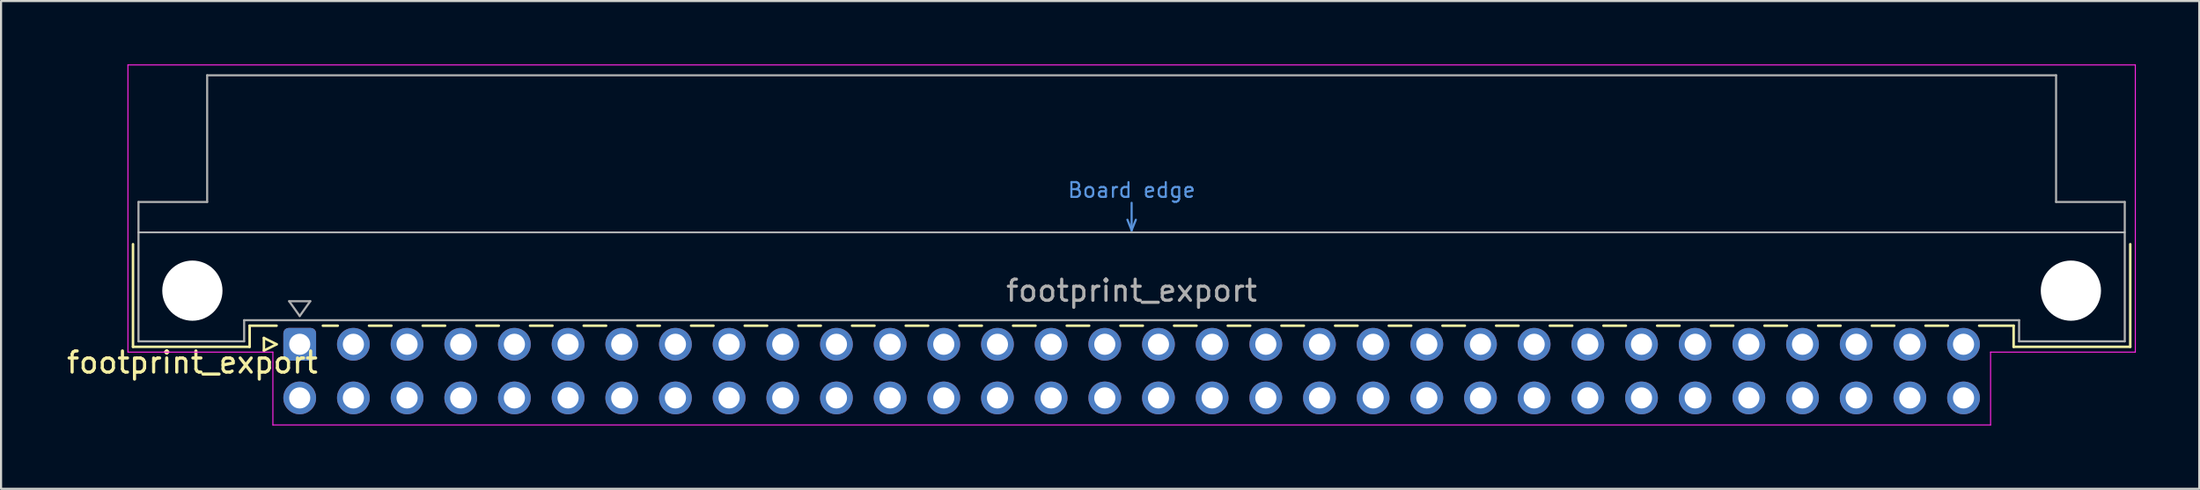
<source format=kicad_pcb>
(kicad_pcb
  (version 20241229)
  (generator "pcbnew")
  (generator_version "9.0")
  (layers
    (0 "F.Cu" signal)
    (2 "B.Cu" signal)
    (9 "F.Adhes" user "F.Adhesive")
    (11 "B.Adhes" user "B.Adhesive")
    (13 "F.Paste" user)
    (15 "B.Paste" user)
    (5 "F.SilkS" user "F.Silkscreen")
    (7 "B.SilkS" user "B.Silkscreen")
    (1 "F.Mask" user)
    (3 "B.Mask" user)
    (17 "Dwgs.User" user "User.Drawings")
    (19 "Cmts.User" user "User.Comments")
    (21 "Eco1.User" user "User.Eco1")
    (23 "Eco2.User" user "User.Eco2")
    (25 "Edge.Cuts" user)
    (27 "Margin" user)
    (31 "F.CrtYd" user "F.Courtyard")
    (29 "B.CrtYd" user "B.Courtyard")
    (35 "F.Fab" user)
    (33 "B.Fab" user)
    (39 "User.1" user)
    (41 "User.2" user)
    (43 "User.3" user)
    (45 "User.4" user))
  (footprint "footprint_export"
    (layer "F.Cu")
    (at 11.134 13.255)
    (property "Reference" "footprint_export" (at -5.08 0.86 0) (layer "F.SilkS") (effects (font (size 1 1) (thickness 0.15))))
    (attr through_hole)
    (fp_line (start -7.89 -4.74) (end -7.89 0.12) (stroke (width 0.12) (type solid)) (layer "F.SilkS"))
    (fp_line (start -7.89 0.12) (end -2.37 0.12) (stroke (width 0.12) (type solid)) (layer "F.SilkS"))
    (fp_line (start -2.371 -0.88) (end -1.095 -0.88) (stroke (width 0.12) (type solid)) (layer "F.SilkS"))
    (fp_line (start -2.37 0.12) (end -2.37 -0.88) (stroke (width 0.12) (type solid)) (layer "F.SilkS"))
    (fp_line (start -1.695 -0.3) (end -1.695 0.3) (stroke (width 0.12) (type solid)) (layer "F.SilkS"))
    (fp_line (start -1.695 0.3) (end -1.095 0) (stroke (width 0.12) (type solid)) (layer "F.SilkS"))
    (fp_line (start -1.095 0) (end -1.695 -0.3) (stroke (width 0.12) (type solid)) (layer "F.SilkS"))
    (fp_line (start 1.095 -0.88) (end 1.801 -0.88) (stroke (width 0.12) (type solid)) (layer "F.SilkS"))
    (fp_line (start 3.28 -0.88) (end 4.341 -0.88) (stroke (width 0.12) (type solid)) (layer "F.SilkS"))
    (fp_line (start 5.82 -0.88) (end 6.881 -0.88) (stroke (width 0.12) (type solid)) (layer "F.SilkS"))
    (fp_line (start 8.36 -0.88) (end 9.421 -0.88) (stroke (width 0.12) (type solid)) (layer "F.SilkS"))
    (fp_line (start 10.9 -0.88) (end 11.961 -0.88) (stroke (width 0.12) (type solid)) (layer "F.SilkS"))
    (fp_line (start 13.44 -0.88) (end 14.501 -0.88) (stroke (width 0.12) (type solid)) (layer "F.SilkS"))
    (fp_line (start 15.98 -0.88) (end 17.041 -0.88) (stroke (width 0.12) (type solid)) (layer "F.SilkS"))
    (fp_line (start 18.52 -0.88) (end 19.581 -0.88) (stroke (width 0.12) (type solid)) (layer "F.SilkS"))
    (fp_line (start 21.06 -0.88) (end 22.121 -0.88) (stroke (width 0.12) (type solid)) (layer "F.SilkS"))
    (fp_line (start 23.6 -0.88) (end 24.661 -0.88) (stroke (width 0.12) (type solid)) (layer "F.SilkS"))
    (fp_line (start 26.14 -0.88) (end 27.201 -0.88) (stroke (width 0.12) (type solid)) (layer "F.SilkS"))
    (fp_line (start 28.68 -0.88) (end 29.741 -0.88) (stroke (width 0.12) (type solid)) (layer "F.SilkS"))
    (fp_line (start 31.22 -0.88) (end 32.281 -0.88) (stroke (width 0.12) (type solid)) (layer "F.SilkS"))
    (fp_line (start 33.76 -0.88) (end 34.821 -0.88) (stroke (width 0.12) (type solid)) (layer "F.SilkS"))
    (fp_line (start 36.3 -0.88) (end 37.361 -0.88) (stroke (width 0.12) (type solid)) (layer "F.SilkS"))
    (fp_line (start 38.84 -0.88) (end 39.901 -0.88) (stroke (width 0.12) (type solid)) (layer "F.SilkS"))
    (fp_line (start 41.38 -0.88) (end 42.441 -0.88) (stroke (width 0.12) (type solid)) (layer "F.SilkS"))
    (fp_line (start 43.92 -0.88) (end 44.981 -0.88) (stroke (width 0.12) (type solid)) (layer "F.SilkS"))
    (fp_line (start 46.46 -0.88) (end 47.521 -0.88) (stroke (width 0.12) (type solid)) (layer "F.SilkS"))
    (fp_line (start 49 -0.88) (end 50.061 -0.88) (stroke (width 0.12) (type solid)) (layer "F.SilkS"))
    (fp_line (start 51.54 -0.88) (end 52.601 -0.88) (stroke (width 0.12) (type solid)) (layer "F.SilkS"))
    (fp_line (start 54.08 -0.88) (end 55.141 -0.88) (stroke (width 0.12) (type solid)) (layer "F.SilkS"))
    (fp_line (start 56.62 -0.88) (end 57.681 -0.88) (stroke (width 0.12) (type solid)) (layer "F.SilkS"))
    (fp_line (start 59.16 -0.88) (end 60.221 -0.88) (stroke (width 0.12) (type solid)) (layer "F.SilkS"))
    (fp_line (start 61.7 -0.88) (end 62.761 -0.88) (stroke (width 0.12) (type solid)) (layer "F.SilkS"))
    (fp_line (start 64.24 -0.88) (end 65.301 -0.88) (stroke (width 0.12) (type solid)) (layer "F.SilkS"))
    (fp_line (start 66.78 -0.88) (end 67.841 -0.88) (stroke (width 0.12) (type solid)) (layer "F.SilkS"))
    (fp_line (start 69.32 -0.88) (end 70.381 -0.88) (stroke (width 0.12) (type solid)) (layer "F.SilkS"))
    (fp_line (start 71.86 -0.88) (end 72.921 -0.88) (stroke (width 0.12) (type solid)) (layer "F.SilkS"))
    (fp_line (start 74.4 -0.88) (end 75.461 -0.88) (stroke (width 0.12) (type solid)) (layer "F.SilkS"))
    (fp_line (start 76.94 -0.88) (end 78.001 -0.88) (stroke (width 0.12) (type solid)) (layer "F.SilkS"))
    (fp_line (start 79.48 -0.88) (end 81.11 -0.88) (stroke (width 0.12) (type solid)) (layer "F.SilkS"))
    (fp_line (start 81.11 0.12) (end 81.11 -0.88) (stroke (width 0.12) (type solid)) (layer "F.SilkS"))
    (fp_line (start 86.63 -4.74) (end 86.63 0.12) (stroke (width 0.12) (type solid)) (layer "F.SilkS"))
    (fp_line (start 86.63 0.12) (end 81.11 0.12) (stroke (width 0.12) (type solid)) (layer "F.SilkS"))
    (fp_line (start -7.63 -5.3) (end 86.37 -5.3) (stroke (width 0.08) (type solid)) (layer "Dwgs.User"))
    (fp_line (start 39.17 -5.9) (end 39.37 -5.4) (stroke (width 0.1) (type solid)) (layer "Cmts.User"))
    (fp_line (start 39.37 -5.4) (end 39.37 -6.7) (stroke (width 0.1) (type solid)) (layer "Cmts.User"))
    (fp_line (start 39.37 -5.4) (end 39.57 -5.9) (stroke (width 0.1) (type solid)) (layer "Cmts.User"))
    (fp_line (start -8.13 -13.23) (end -8.13 0.37) (stroke (width 0.05) (type solid)) (layer "F.CrtYd"))
    (fp_line (start -8.13 0.37) (end -1.27 0.37) (stroke (width 0.05) (type solid)) (layer "F.CrtYd"))
    (fp_line (start -1.27 0.37) (end -1.27 3.82) (stroke (width 0.05) (type solid)) (layer "F.CrtYd"))
    (fp_line (start -1.27 3.82) (end 80.02 3.82) (stroke (width 0.05) (type solid)) (layer "F.CrtYd"))
    (fp_line (start 80.02 0.37) (end 86.87 0.37) (stroke (width 0.05) (type solid)) (layer "F.CrtYd"))
    (fp_line (start 80.02 3.82) (end 80.02 0.37) (stroke (width 0.05) (type solid)) (layer "F.CrtYd"))
    (fp_line (start 86.87 -13.23) (end -8.13 -13.23) (stroke (width 0.05) (type solid)) (layer "F.CrtYd"))
    (fp_line (start 86.87 0.37) (end 86.87 -13.23) (stroke (width 0.05) (type solid)) (layer "F.CrtYd"))
    (fp_line (start -7.63 -6.74) (end -7.63 -0.14) (stroke (width 0.1) (type solid)) (layer "F.Fab"))
    (fp_line (start -7.63 -0.14) (end -2.63 -0.14) (stroke (width 0.1) (type solid)) (layer "F.Fab"))
    (fp_line (start -4.38 -12.74) (end -4.38 -6.74) (stroke (width 0.1) (type solid)) (layer "F.Fab"))
    (fp_line (start -4.38 -6.74) (end -7.63 -6.74) (stroke (width 0.1) (type solid)) (layer "F.Fab"))
    (fp_line (start -2.63 -1.14) (end 81.37 -1.14) (stroke (width 0.1) (type solid)) (layer "F.Fab"))
    (fp_line (start -2.63 -0.14) (end -2.63 -1.14) (stroke (width 0.1) (type solid)) (layer "F.Fab"))
    (fp_line (start -0.5 -2.04) (end 0.5 -2.04) (stroke (width 0.1) (type solid)) (layer "F.Fab"))
    (fp_line (start 0 -1.34) (end -0.5 -2.04) (stroke (width 0.1) (type solid)) (layer "F.Fab"))
    (fp_line (start 0.5 -2.04) (end 0 -1.34) (stroke (width 0.1) (type solid)) (layer "F.Fab"))
    (fp_line (start 81.37 -1.14) (end 81.37 -0.14) (stroke (width 0.1) (type solid)) (layer "F.Fab"))
    (fp_line (start 81.37 -0.14) (end 86.37 -0.14) (stroke (width 0.1) (type solid)) (layer "F.Fab"))
    (fp_line (start 83.12 -12.74) (end -4.38 -12.74) (stroke (width 0.1) (type solid)) (layer "F.Fab"))
    (fp_line (start 83.12 -6.74) (end 83.12 -12.74) (stroke (width 0.1) (type solid)) (layer "F.Fab"))
    (fp_line (start 86.37 -6.74) (end 83.12 -6.74) (stroke (width 0.1) (type solid)) (layer "F.Fab"))
    (fp_line (start 86.37 -0.14) (end 86.37 -6.74) (stroke (width 0.1) (type solid)) (layer "F.Fab"))
    (fp_text user "Board edge" (at 39.37 -7.3 0) (layer "Cmts.User") (effects (font (size 0.7 0.7) (thickness 0.1))))
    (fp_text user "${REFERENCE}" (at 39.37 -2.54 0) (layer "F.Fab") (effects (font (size 1 1) (thickness 0.15))))
    (pad "" np_thru_hole circle (at -5.08 -2.54) (size 2.85 2.85) (drill 2.85) (layers "*.Cu" "*.Mask"))
    (pad "" np_thru_hole circle (at 83.82 -2.54) (size 2.85 2.85) (drill 2.85) (layers "*.Cu" "*.Mask"))
    (pad "a1" thru_hole roundrect (at 0 0) (size 1.55 1.55) (drill 1) (layers "*.Cu" "*.Mask") (roundrect_rratio 0.161))
    (pad "a2" thru_hole circle (at 2.54 0) (size 1.55 1.55) (drill 1) (layers "*.Cu" "*.Mask"))
    (pad "a3" thru_hole circle (at 5.08 0) (size 1.55 1.55) (drill 1) (layers "*.Cu" "*.Mask"))
    (pad "a4" thru_hole circle (at 7.62 0) (size 1.55 1.55) (drill 1) (layers "*.Cu" "*.Mask"))
    (pad "a5" thru_hole circle (at 10.16 0) (size 1.55 1.55) (drill 1) (layers "*.Cu" "*.Mask"))
    (pad "a6" thru_hole circle (at 12.7 0) (size 1.55 1.55) (drill 1) (layers "*.Cu" "*.Mask"))
    (pad "a7" thru_hole circle (at 15.24 0) (size 1.55 1.55) (drill 1) (layers "*.Cu" "*.Mask"))
    (pad "a8" thru_hole circle (at 17.78 0) (size 1.55 1.55) (drill 1) (layers "*.Cu" "*.Mask"))
    (pad "a9" thru_hole circle (at 20.32 0) (size 1.55 1.55) (drill 1) (layers "*.Cu" "*.Mask"))
    (pad "a10" thru_hole circle (at 22.86 0) (size 1.55 1.55) (drill 1) (layers "*.Cu" "*.Mask"))
    (pad "a11" thru_hole circle (at 25.4 0) (size 1.55 1.55) (drill 1) (layers "*.Cu" "*.Mask"))
    (pad "a12" thru_hole circle (at 27.94 0) (size 1.55 1.55) (drill 1) (layers "*.Cu" "*.Mask"))
    (pad "a13" thru_hole circle (at 30.48 0) (size 1.55 1.55) (drill 1) (layers "*.Cu" "*.Mask"))
    (pad "a14" thru_hole circle (at 33.02 0) (size 1.55 1.55) (drill 1) (layers "*.Cu" "*.Mask"))
    (pad "a15" thru_hole circle (at 35.56 0) (size 1.55 1.55) (drill 1) (layers "*.Cu" "*.Mask"))
    (pad "a16" thru_hole circle (at 38.1 0) (size 1.55 1.55) (drill 1) (layers "*.Cu" "*.Mask"))
    (pad "a17" thru_hole circle (at 40.64 0) (size 1.55 1.55) (drill 1) (layers "*.Cu" "*.Mask"))
    (pad "a18" thru_hole circle (at 43.18 0) (size 1.55 1.55) (drill 1) (layers "*.Cu" "*.Mask"))
    (pad "a19" thru_hole circle (at 45.72 0) (size 1.55 1.55) (drill 1) (layers "*.Cu" "*.Mask"))
    (pad "a20" thru_hole circle (at 48.26 0) (size 1.55 1.55) (drill 1) (layers "*.Cu" "*.Mask"))
    (pad "a21" thru_hole circle (at 50.8 0) (size 1.55 1.55) (drill 1) (layers "*.Cu" "*.Mask"))
    (pad "a22" thru_hole circle (at 53.34 0) (size 1.55 1.55) (drill 1) (layers "*.Cu" "*.Mask"))
    (pad "a23" thru_hole circle (at 55.88 0) (size 1.55 1.55) (drill 1) (layers "*.Cu" "*.Mask"))
    (pad "a24" thru_hole circle (at 58.42 0) (size 1.55 1.55) (drill 1) (layers "*.Cu" "*.Mask"))
    (pad "a25" thru_hole circle (at 60.96 0) (size 1.55 1.55) (drill 1) (layers "*.Cu" "*.Mask"))
    (pad "a26" thru_hole circle (at 63.5 0) (size 1.55 1.55) (drill 1) (layers "*.Cu" "*.Mask"))
    (pad "a27" thru_hole circle (at 66.04 0) (size 1.55 1.55) (drill 1) (layers "*.Cu" "*.Mask"))
    (pad "a28" thru_hole circle (at 68.58 0) (size 1.55 1.55) (drill 1) (layers "*.Cu" "*.Mask"))
    (pad "a29" thru_hole circle (at 71.12 0) (size 1.55 1.55) (drill 1) (layers "*.Cu" "*.Mask"))
    (pad "a30" thru_hole circle (at 73.66 0) (size 1.55 1.55) (drill 1) (layers "*.Cu" "*.Mask"))
    (pad "a31" thru_hole circle (at 76.2 0) (size 1.55 1.55) (drill 1) (layers "*.Cu" "*.Mask"))
    (pad "a32" thru_hole circle (at 78.74 0) (size 1.55 1.55) (drill 1) (layers "*.Cu" "*.Mask"))
    (pad "b1" thru_hole circle (at 0 2.54) (size 1.55 1.55) (drill 1) (layers "*.Cu" "*.Mask"))
    (pad "b2" thru_hole circle (at 2.54 2.54) (size 1.55 1.55) (drill 1) (layers "*.Cu" "*.Mask"))
    (pad "b3" thru_hole circle (at 5.08 2.54) (size 1.55 1.55) (drill 1) (layers "*.Cu" "*.Mask"))
    (pad "b4" thru_hole circle (at 7.62 2.54) (size 1.55 1.55) (drill 1) (layers "*.Cu" "*.Mask"))
    (pad "b5" thru_hole circle (at 10.16 2.54) (size 1.55 1.55) (drill 1) (layers "*.Cu" "*.Mask"))
    (pad "b6" thru_hole circle (at 12.7 2.54) (size 1.55 1.55) (drill 1) (layers "*.Cu" "*.Mask"))
    (pad "b7" thru_hole circle (at 15.24 2.54) (size 1.55 1.55) (drill 1) (layers "*.Cu" "*.Mask"))
    (pad "b8" thru_hole circle (at 17.78 2.54) (size 1.55 1.55) (drill 1) (layers "*.Cu" "*.Mask"))
    (pad "b9" thru_hole circle (at 20.32 2.54) (size 1.55 1.55) (drill 1) (layers "*.Cu" "*.Mask"))
    (pad "b10" thru_hole circle (at 22.86 2.54) (size 1.55 1.55) (drill 1) (layers "*.Cu" "*.Mask"))
    (pad "b11" thru_hole circle (at 25.4 2.54) (size 1.55 1.55) (drill 1) (layers "*.Cu" "*.Mask"))
    (pad "b12" thru_hole circle (at 27.94 2.54) (size 1.55 1.55) (drill 1) (layers "*.Cu" "*.Mask"))
    (pad "b13" thru_hole circle (at 30.48 2.54) (size 1.55 1.55) (drill 1) (layers "*.Cu" "*.Mask"))
    (pad "b14" thru_hole circle (at 33.02 2.54) (size 1.55 1.55) (drill 1) (layers "*.Cu" "*.Mask"))
    (pad "b15" thru_hole circle (at 35.56 2.54) (size 1.55 1.55) (drill 1) (layers "*.Cu" "*.Mask"))
    (pad "b16" thru_hole circle (at 38.1 2.54) (size 1.55 1.55) (drill 1) (layers "*.Cu" "*.Mask"))
    (pad "b17" thru_hole circle (at 40.64 2.54) (size 1.55 1.55) (drill 1) (layers "*.Cu" "*.Mask"))
    (pad "b18" thru_hole circle (at 43.18 2.54) (size 1.55 1.55) (drill 1) (layers "*.Cu" "*.Mask"))
    (pad "b19" thru_hole circle (at 45.72 2.54) (size 1.55 1.55) (drill 1) (layers "*.Cu" "*.Mask"))
    (pad "b20" thru_hole circle (at 48.26 2.54) (size 1.55 1.55) (drill 1) (layers "*.Cu" "*.Mask"))
    (pad "b21" thru_hole circle (at 50.8 2.54) (size 1.55 1.55) (drill 1) (layers "*.Cu" "*.Mask"))
    (pad "b22" thru_hole circle (at 53.34 2.54) (size 1.55 1.55) (drill 1) (layers "*.Cu" "*.Mask"))
    (pad "b23" thru_hole circle (at 55.88 2.54) (size 1.55 1.55) (drill 1) (layers "*.Cu" "*.Mask"))
    (pad "b24" thru_hole circle (at 58.42 2.54) (size 1.55 1.55) (drill 1) (layers "*.Cu" "*.Mask"))
    (pad "b25" thru_hole circle (at 60.96 2.54) (size 1.55 1.55) (drill 1) (layers "*.Cu" "*.Mask"))
    (pad "b26" thru_hole circle (at 63.5 2.54) (size 1.55 1.55) (drill 1) (layers "*.Cu" "*.Mask"))
    (pad "b27" thru_hole circle (at 66.04 2.54) (size 1.55 1.55) (drill 1) (layers "*.Cu" "*.Mask"))
    (pad "b28" thru_hole circle (at 68.58 2.54) (size 1.55 1.55) (drill 1) (layers "*.Cu" "*.Mask"))
    (pad "b29" thru_hole circle (at 71.12 2.54) (size 1.55 1.55) (drill 1) (layers "*.Cu" "*.Mask"))
    (pad "b30" thru_hole circle (at 73.66 2.54) (size 1.55 1.55) (drill 1) (layers "*.Cu" "*.Mask"))
    (pad "b31" thru_hole circle (at 76.2 2.54) (size 1.55 1.55) (drill 1) (layers "*.Cu" "*.Mask"))
    (pad "b32" thru_hole circle (at 78.74 2.54) (size 1.55 1.55) (drill 1) (layers "*.Cu" "*.Mask")))
  (gr_rect
    (start -3 -3)
    (end 101.029 20.1)
    (stroke (width 0.1) (type default))
    (fill no)
    (layer "Edge.Cuts")))
</source>
